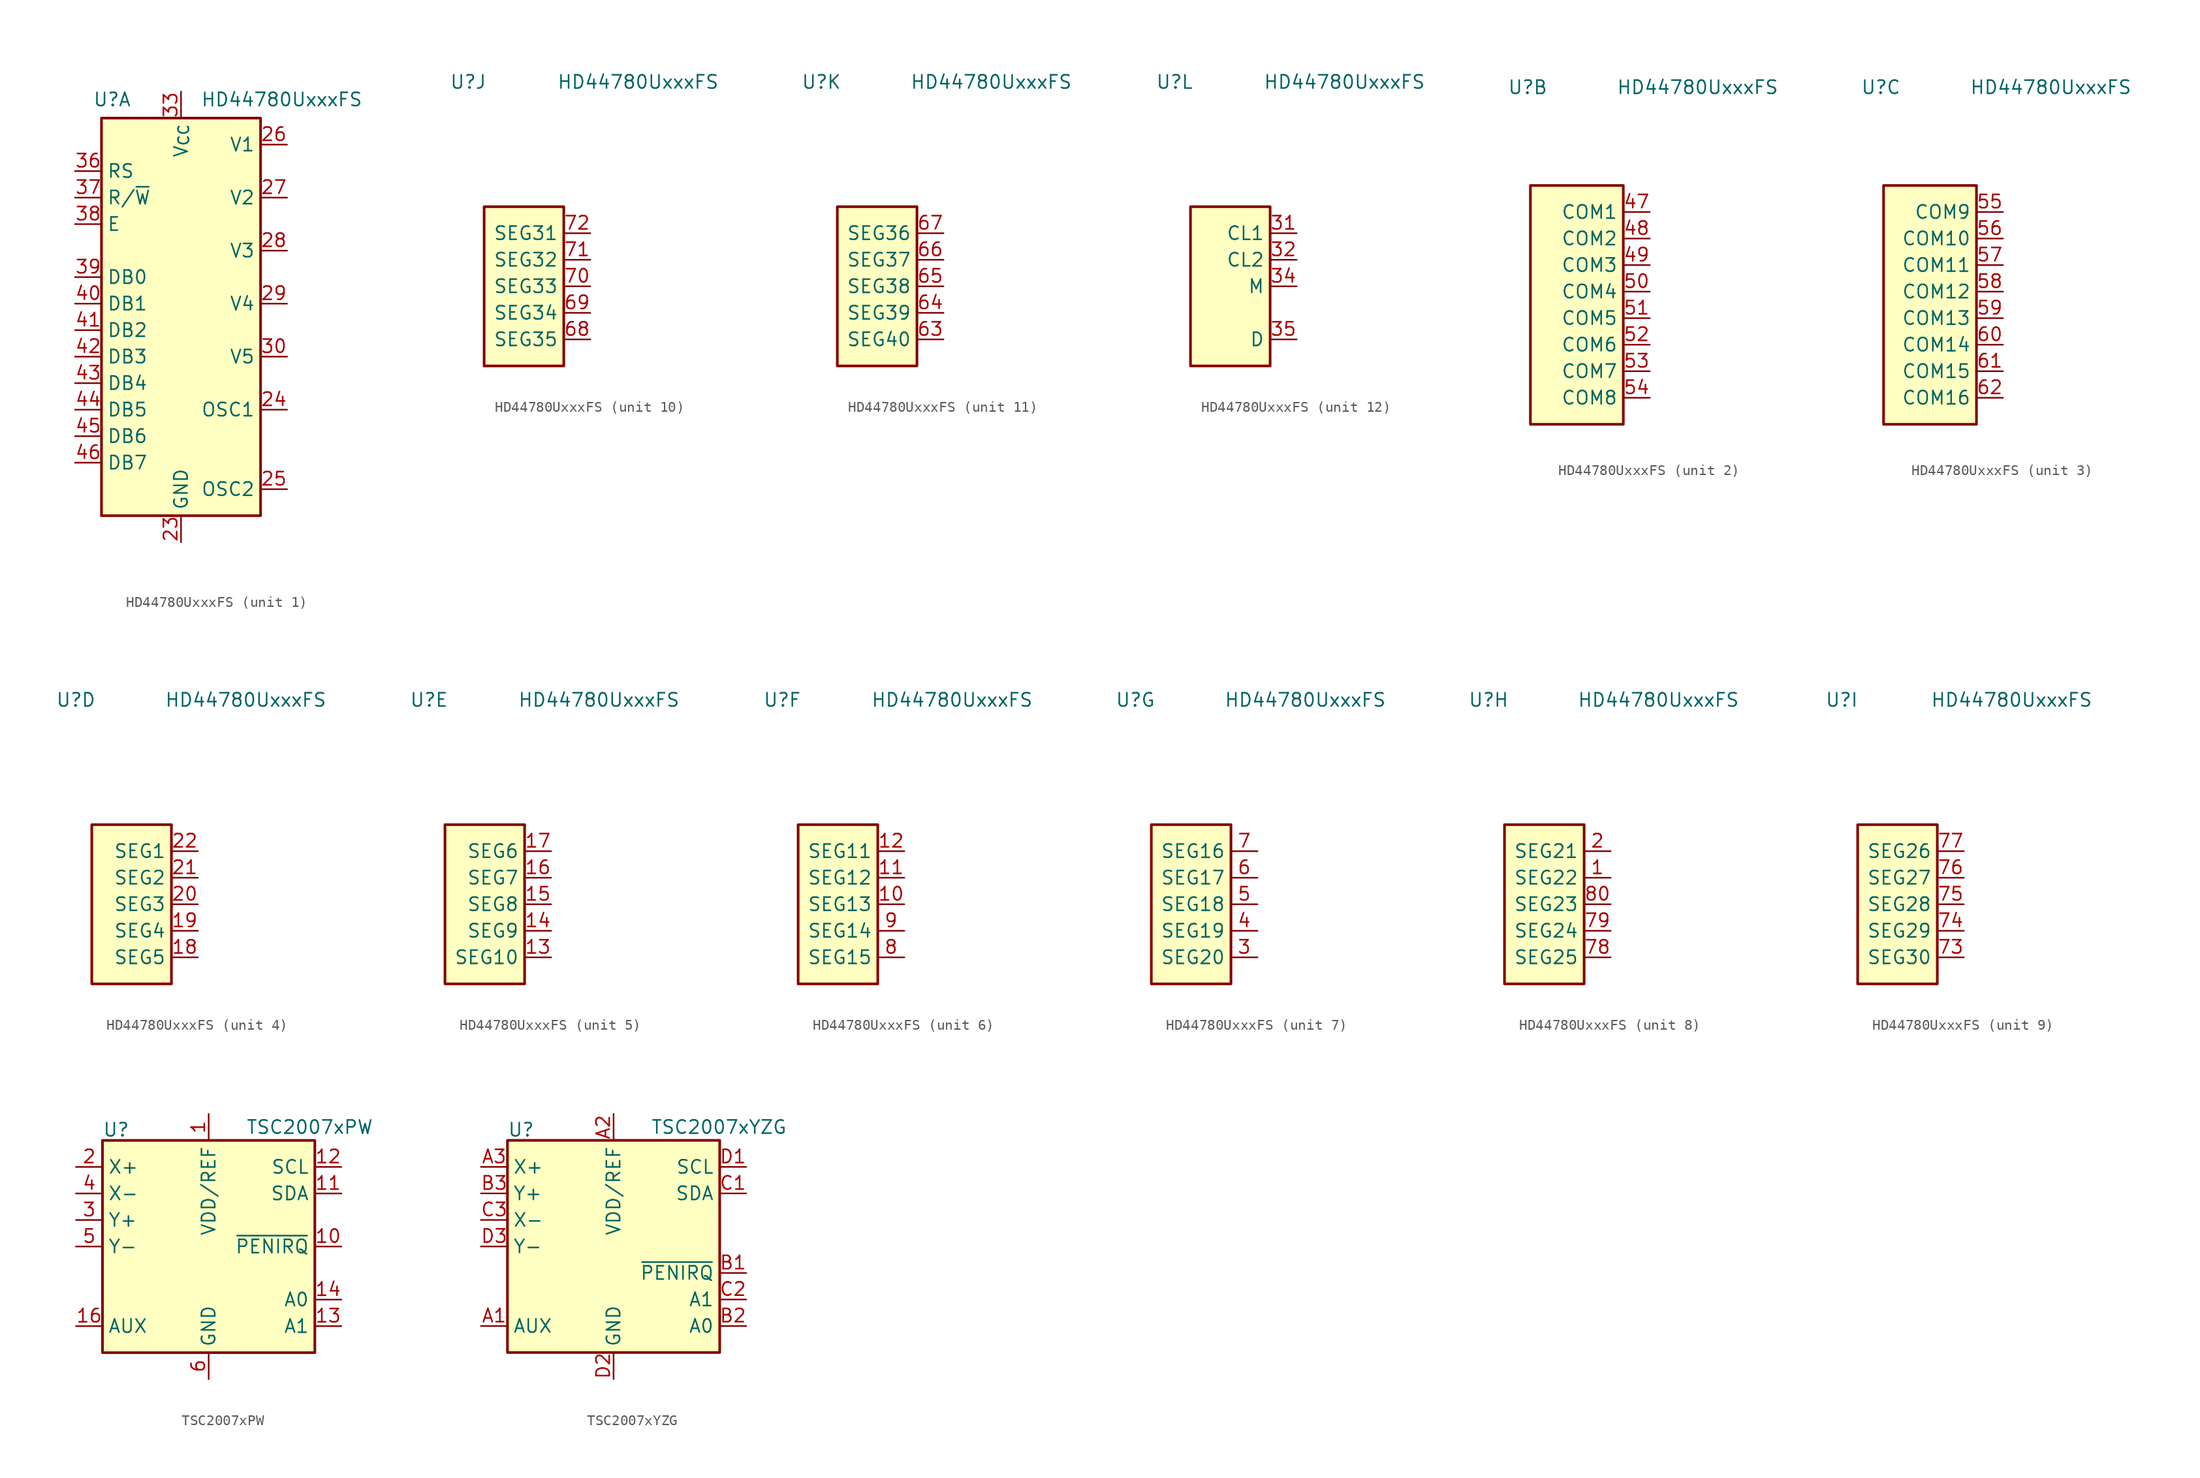
<source format=kicad_sym>
(kicad_symbol_lib
  (version 20241209)
  (generator "kicad_symbol_editor")
  (generator_version "9.0")
  (symbol "HD44780UxxxFS"
    (property "Reference" "U"
      (at -6.604 19.558 0)
      (effects (font (size 1.27 1.27))))
    (property "Value" "HD44780UxxxFS"
      (at 9.652 19.558 0)
      (effects (font (size 1.27 1.27))))
    (symbol "HD44780UxxxFS_1_0"
      (rectangle (start -7.62 17.78) (end 7.62 -20.32) (stroke (width 0.254) (type solid)) (fill (type background)))
      (pin input line (at -10.16 12.7 0) (length 2.54) (name "RS" (effects (font (size 1.27 1.27)))) (number "36" (effects (font (size 1.27 1.27)))))
      (pin input line (at -10.16 10.16 0) (length 2.54) (name "R/~{W}" (effects (font (size 1.27 1.27)))) (number "37" (effects (font (size 1.27 1.27)))))
      (pin input line (at -10.16 7.62 0) (length 2.54) (name "E" (effects (font (size 1.27 1.27)))) (number "38" (effects (font (size 1.27 1.27)))))
      (pin bidirectional line (at -10.16 2.54 0) (length 2.54) (name "DB0" (effects (font (size 1.27 1.27)))) (number "39" (effects (font (size 1.27 1.27)))))
      (pin bidirectional line (at -10.16 0 0) (length 2.54) (name "DB1" (effects (font (size 1.27 1.27)))) (number "40" (effects (font (size 1.27 1.27)))))
      (pin bidirectional line (at -10.16 -2.54 0) (length 2.54) (name "DB2" (effects (font (size 1.27 1.27)))) (number "41" (effects (font (size 1.27 1.27)))))
      (pin bidirectional line (at -10.16 -5.08 0) (length 2.54) (name "DB3" (effects (font (size 1.27 1.27)))) (number "42" (effects (font (size 1.27 1.27)))))
      (pin bidirectional line (at -10.16 -7.62 0) (length 2.54) (name "DB4" (effects (font (size 1.27 1.27)))) (number "43" (effects (font (size 1.27 1.27)))))
      (pin bidirectional line (at -10.16 -10.16 0) (length 2.54) (name "DB5" (effects (font (size 1.27 1.27)))) (number "44" (effects (font (size 1.27 1.27)))))
      (pin bidirectional line (at -10.16 -12.7 0) (length 2.54) (name "DB6" (effects (font (size 1.27 1.27)))) (number "45" (effects (font (size 1.27 1.27)))))
      (pin bidirectional line (at -10.16 -15.24 0) (length 2.54) (name "DB7" (effects (font (size 1.27 1.27)))) (number "46" (effects (font (size 1.27 1.27)))))
      (pin power_in line (at 0 20.32 270) (length 2.54) (name "V_{CC}" (effects (font (size 1.27 1.27)))) (number "33" (effects (font (size 1.27 1.27)))))
      (pin power_in line (at 0 -22.86 90) (length 2.54) (name "GND" (effects (font (size 1.27 1.27)))) (number "23" (effects (font (size 1.27 1.27)))))
      (pin input line (at 10.16 15.24 180) (length 2.54) (name "V1" (effects (font (size 1.27 1.27)))) (number "26" (effects (font (size 1.27 1.27)))))
      (pin input line (at 10.16 10.16 180) (length 2.54) (name "V2" (effects (font (size 1.27 1.27)))) (number "27" (effects (font (size 1.27 1.27)))))
      (pin input line (at 10.16 5.08 180) (length 2.54) (name "V3" (effects (font (size 1.27 1.27)))) (number "28" (effects (font (size 1.27 1.27)))))
      (pin input line (at 10.16 0 180) (length 2.54) (name "V4" (effects (font (size 1.27 1.27)))) (number "29" (effects (font (size 1.27 1.27)))))
      (pin input line (at 10.16 -5.08 180) (length 2.54) (name "V5" (effects (font (size 1.27 1.27)))) (number "30" (effects (font (size 1.27 1.27)))))
      (pin input line (at 10.16 -10.16 180) (length 2.54) (name "OSC1" (effects (font (size 1.27 1.27)))) (number "24" (effects (font (size 1.27 1.27)))))
      (pin output line (at 10.16 -17.78 180) (length 2.54) (name "OSC2" (effects (font (size 1.27 1.27)))) (number "25" (effects (font (size 1.27 1.27))))))
    (symbol "HD44780UxxxFS_2_0"
      (rectangle (start -6.35 10.16) (end 2.54 -12.7) (stroke (width 0.254) (type solid)) (fill (type background)))
      (pin output line (at 5.08 7.62 180) (length 2.54) (name "COM1" (effects (font (size 1.27 1.27)))) (number "47" (effects (font (size 1.27 1.27)))))
      (pin output line (at 5.08 5.08 180) (length 2.54) (name "COM2" (effects (font (size 1.27 1.27)))) (number "48" (effects (font (size 1.27 1.27)))))
      (pin output line (at 5.08 2.54 180) (length 2.54) (name "COM3" (effects (font (size 1.27 1.27)))) (number "49" (effects (font (size 1.27 1.27)))))
      (pin output line (at 5.08 0 180) (length 2.54) (name "COM4" (effects (font (size 1.27 1.27)))) (number "50" (effects (font (size 1.27 1.27)))))
      (pin output line (at 5.08 -2.54 180) (length 2.54) (name "COM5" (effects (font (size 1.27 1.27)))) (number "51" (effects (font (size 1.27 1.27)))))
      (pin output line (at 5.08 -5.08 180) (length 2.54) (name "COM6" (effects (font (size 1.27 1.27)))) (number "52" (effects (font (size 1.27 1.27)))))
      (pin output line (at 5.08 -7.62 180) (length 2.54) (name "COM7" (effects (font (size 1.27 1.27)))) (number "53" (effects (font (size 1.27 1.27)))))
      (pin output line (at 5.08 -10.16 180) (length 2.54) (name "COM8" (effects (font (size 1.27 1.27)))) (number "54" (effects (font (size 1.27 1.27))))))
    (symbol "HD44780UxxxFS_3_0"
      (rectangle (start -6.35 10.16) (end 2.54 -12.7) (stroke (width 0.254) (type solid)) (fill (type background)))
      (pin output line (at 5.08 7.62 180) (length 2.54) (name "COM9" (effects (font (size 1.27 1.27)))) (number "55" (effects (font (size 1.27 1.27)))))
      (pin output line (at 5.08 5.08 180) (length 2.54) (name "COM10" (effects (font (size 1.27 1.27)))) (number "56" (effects (font (size 1.27 1.27)))))
      (pin output line (at 5.08 2.54 180) (length 2.54) (name "COM11" (effects (font (size 1.27 1.27)))) (number "57" (effects (font (size 1.27 1.27)))))
      (pin output line (at 5.08 0 180) (length 2.54) (name "COM12" (effects (font (size 1.27 1.27)))) (number "58" (effects (font (size 1.27 1.27)))))
      (pin output line (at 5.08 -2.54 180) (length 2.54) (name "COM13" (effects (font (size 1.27 1.27)))) (number "59" (effects (font (size 1.27 1.27)))))
      (pin output line (at 5.08 -5.08 180) (length 2.54) (name "COM14" (effects (font (size 1.27 1.27)))) (number "60" (effects (font (size 1.27 1.27)))))
      (pin output line (at 5.08 -7.62 180) (length 2.54) (name "COM15" (effects (font (size 1.27 1.27)))) (number "61" (effects (font (size 1.27 1.27)))))
      (pin output line (at 5.08 -10.16 180) (length 2.54) (name "COM16" (effects (font (size 1.27 1.27)))) (number "62" (effects (font (size 1.27 1.27))))))
    (symbol "HD44780UxxxFS_4_0"
      (rectangle (start -5.08 7.62) (end 2.54 -7.62) (stroke (width 0.254) (type solid)) (fill (type background)))
      (pin output line (at 5.08 5.08 180) (length 2.54) (name "SEG1" (effects (font (size 1.27 1.27)))) (number "22" (effects (font (size 1.27 1.27)))))
      (pin output line (at 5.08 2.54 180) (length 2.54) (name "SEG2" (effects (font (size 1.27 1.27)))) (number "21" (effects (font (size 1.27 1.27)))))
      (pin output line (at 5.08 0 180) (length 2.54) (name "SEG3" (effects (font (size 1.27 1.27)))) (number "20" (effects (font (size 1.27 1.27)))))
      (pin output line (at 5.08 -2.54 180) (length 2.54) (name "SEG4" (effects (font (size 1.27 1.27)))) (number "19" (effects (font (size 1.27 1.27)))))
      (pin output line (at 5.08 -5.08 180) (length 2.54) (name "SEG5" (effects (font (size 1.27 1.27)))) (number "18" (effects (font (size 1.27 1.27))))))
    (symbol "HD44780UxxxFS_5_0"
      (rectangle (start -5.08 7.62) (end 2.54 -7.62) (stroke (width 0.254) (type solid)) (fill (type background)))
      (pin output line (at 5.08 5.08 180) (length 2.54) (name "SEG6" (effects (font (size 1.27 1.27)))) (number "17" (effects (font (size 1.27 1.27)))))
      (pin output line (at 5.08 2.54 180) (length 2.54) (name "SEG7" (effects (font (size 1.27 1.27)))) (number "16" (effects (font (size 1.27 1.27)))))
      (pin output line (at 5.08 0 180) (length 2.54) (name "SEG8" (effects (font (size 1.27 1.27)))) (number "15" (effects (font (size 1.27 1.27)))))
      (pin output line (at 5.08 -2.54 180) (length 2.54) (name "SEG9" (effects (font (size 1.27 1.27)))) (number "14" (effects (font (size 1.27 1.27)))))
      (pin output line (at 5.08 -5.08 180) (length 2.54) (name "SEG10" (effects (font (size 1.27 1.27)))) (number "13" (effects (font (size 1.27 1.27))))))
    (symbol "HD44780UxxxFS_6_0"
      (rectangle (start -5.08 7.62) (end 2.54 -7.62) (stroke (width 0.254) (type solid)) (fill (type background)))
      (pin output line (at 5.08 5.08 180) (length 2.54) (name "SEG11" (effects (font (size 1.27 1.27)))) (number "12" (effects (font (size 1.27 1.27)))))
      (pin output line (at 5.08 2.54 180) (length 2.54) (name "SEG12" (effects (font (size 1.27 1.27)))) (number "11" (effects (font (size 1.27 1.27)))))
      (pin output line (at 5.08 0 180) (length 2.54) (name "SEG13" (effects (font (size 1.27 1.27)))) (number "10" (effects (font (size 1.27 1.27)))))
      (pin output line (at 5.08 -2.54 180) (length 2.54) (name "SEG14" (effects (font (size 1.27 1.27)))) (number "9" (effects (font (size 1.27 1.27)))))
      (pin output line (at 5.08 -5.08 180) (length 2.54) (name "SEG15" (effects (font (size 1.27 1.27)))) (number "8" (effects (font (size 1.27 1.27))))))
    (symbol "HD44780UxxxFS_7_0"
      (rectangle (start -5.08 7.62) (end 2.54 -7.62) (stroke (width 0.254) (type solid)) (fill (type background)))
      (pin output line (at 5.08 5.08 180) (length 2.54) (name "SEG16" (effects (font (size 1.27 1.27)))) (number "7" (effects (font (size 1.27 1.27)))))
      (pin output line (at 5.08 2.54 180) (length 2.54) (name "SEG17" (effects (font (size 1.27 1.27)))) (number "6" (effects (font (size 1.27 1.27)))))
      (pin output line (at 5.08 0 180) (length 2.54) (name "SEG18" (effects (font (size 1.27 1.27)))) (number "5" (effects (font (size 1.27 1.27)))))
      (pin output line (at 5.08 -2.54 180) (length 2.54) (name "SEG19" (effects (font (size 1.27 1.27)))) (number "4" (effects (font (size 1.27 1.27)))))
      (pin output line (at 5.08 -5.08 180) (length 2.54) (name "SEG20" (effects (font (size 1.27 1.27)))) (number "3" (effects (font (size 1.27 1.27))))))
    (symbol "HD44780UxxxFS_8_0"
      (rectangle (start -5.08 7.62) (end 2.54 -7.62) (stroke (width 0.254) (type solid)) (fill (type background)))
      (pin output line (at 5.08 5.08 180) (length 2.54) (name "SEG21" (effects (font (size 1.27 1.27)))) (number "2" (effects (font (size 1.27 1.27)))))
      (pin output line (at 5.08 2.54 180) (length 2.54) (name "SEG22" (effects (font (size 1.27 1.27)))) (number "1" (effects (font (size 1.27 1.27)))))
      (pin output line (at 5.08 0 180) (length 2.54) (name "SEG23" (effects (font (size 1.27 1.27)))) (number "80" (effects (font (size 1.27 1.27)))))
      (pin output line (at 5.08 -2.54 180) (length 2.54) (name "SEG24" (effects (font (size 1.27 1.27)))) (number "79" (effects (font (size 1.27 1.27)))))
      (pin output line (at 5.08 -5.08 180) (length 2.54) (name "SEG25" (effects (font (size 1.27 1.27)))) (number "78" (effects (font (size 1.27 1.27))))))
    (symbol "HD44780UxxxFS_9_0"
      (rectangle (start -5.08 7.62) (end 2.54 -7.62) (stroke (width 0.254) (type solid)) (fill (type background)))
      (pin output line (at 5.08 5.08 180) (length 2.54) (name "SEG26" (effects (font (size 1.27 1.27)))) (number "77" (effects (font (size 1.27 1.27)))))
      (pin output line (at 5.08 2.54 180) (length 2.54) (name "SEG27" (effects (font (size 1.27 1.27)))) (number "76" (effects (font (size 1.27 1.27)))))
      (pin output line (at 5.08 0 180) (length 2.54) (name "SEG28" (effects (font (size 1.27 1.27)))) (number "75" (effects (font (size 1.27 1.27)))))
      (pin output line (at 5.08 -2.54 180) (length 2.54) (name "SEG29" (effects (font (size 1.27 1.27)))) (number "74" (effects (font (size 1.27 1.27)))))
      (pin output line (at 5.08 -5.08 180) (length 2.54) (name "SEG30" (effects (font (size 1.27 1.27)))) (number "73" (effects (font (size 1.27 1.27))))))
    (symbol "HD44780UxxxFS_10_0"
      (rectangle (start -5.08 7.62) (end 2.54 -7.62) (stroke (width 0.254) (type solid)) (fill (type background)))
      (pin output line (at 5.08 5.08 180) (length 2.54) (name "SEG31" (effects (font (size 1.27 1.27)))) (number "72" (effects (font (size 1.27 1.27)))))
      (pin output line (at 5.08 2.54 180) (length 2.54) (name "SEG32" (effects (font (size 1.27 1.27)))) (number "71" (effects (font (size 1.27 1.27)))))
      (pin output line (at 5.08 0 180) (length 2.54) (name "SEG33" (effects (font (size 1.27 1.27)))) (number "70" (effects (font (size 1.27 1.27)))))
      (pin output line (at 5.08 -2.54 180) (length 2.54) (name "SEG34" (effects (font (size 1.27 1.27)))) (number "69" (effects (font (size 1.27 1.27)))))
      (pin output line (at 5.08 -5.08 180) (length 2.54) (name "SEG35" (effects (font (size 1.27 1.27)))) (number "68" (effects (font (size 1.27 1.27))))))
    (symbol "HD44780UxxxFS_11_0"
      (rectangle (start -5.08 7.62) (end 2.54 -7.62) (stroke (width 0.254) (type solid)) (fill (type background)))
      (pin output line (at 5.08 5.08 180) (length 2.54) (name "SEG36" (effects (font (size 1.27 1.27)))) (number "67" (effects (font (size 1.27 1.27)))))
      (pin output line (at 5.08 2.54 180) (length 2.54) (name "SEG37" (effects (font (size 1.27 1.27)))) (number "66" (effects (font (size 1.27 1.27)))))
      (pin output line (at 5.08 0 180) (length 2.54) (name "SEG38" (effects (font (size 1.27 1.27)))) (number "65" (effects (font (size 1.27 1.27)))))
      (pin output line (at 5.08 -2.54 180) (length 2.54) (name "SEG39" (effects (font (size 1.27 1.27)))) (number "64" (effects (font (size 1.27 1.27)))))
      (pin output line (at 5.08 -5.08 180) (length 2.54) (name "SEG40" (effects (font (size 1.27 1.27)))) (number "63" (effects (font (size 1.27 1.27))))))
    (symbol "HD44780UxxxFS_12_0"
      (rectangle (start -5.08 7.62) (end 2.54 -7.62) (stroke (width 0.254) (type solid)) (fill (type background)))
      (pin output line (at 5.08 5.08 180) (length 2.54) (name "CL1" (effects (font (size 1.27 1.27)))) (number "31" (effects (font (size 1.27 1.27)))))
      (pin output line (at 5.08 2.54 180) (length 2.54) (name "CL2" (effects (font (size 1.27 1.27)))) (number "32" (effects (font (size 1.27 1.27)))))
      (pin output line (at 5.08 0 180) (length 2.54) (name "M" (effects (font (size 1.27 1.27)))) (number "34" (effects (font (size 1.27 1.27)))))
      (pin output line (at 5.08 -5.08 180) (length 2.54) (name "D" (effects (font (size 1.27 1.27)))) (number "35" (effects (font (size 1.27 1.27)))))))
  (symbol "TSC2007xPW"
    (property "Reference" "U"
      (at -10.16 11.176 0)
      (effects (font (size 1.27 1.27)) (justify left)))
    (property "Value" "TSC2007xPW"
      (at 3.556 11.43 0)
      (effects (font (size 1.27 1.27)) (justify left)))
    (symbol "TSC2007xPW_0_1"
      (rectangle (start -10.16 10.16) (end 10.16 -10.16) (stroke (width 0.254) (type default)) (fill (type background))))
    (symbol "TSC2007xPW_1_1"
      (pin input line (at -12.7 7.62 0) (length 2.54) (name "X+" (effects (font (size 1.27 1.27)))) (number "2" (effects (font (size 1.27 1.27)))))
      (pin input line (at -12.7 5.08 0) (length 2.54) (name "X-" (effects (font (size 1.27 1.27)))) (number "4" (effects (font (size 1.27 1.27)))))
      (pin input line (at -12.7 2.54 0) (length 2.54) (name "Y+" (effects (font (size 1.27 1.27)))) (number "3" (effects (font (size 1.27 1.27)))))
      (pin input line (at -12.7 0 0) (length 2.54) (name "Y-" (effects (font (size 1.27 1.27)))) (number "5" (effects (font (size 1.27 1.27)))))
      (pin no_connect line (at -12.7 -2.54 0) (length 2.54) (hide yes) (name "NC" (effects (font (size 1.27 1.27)))) (number "7" (effects (font (size 1.27 1.27)))))
      (pin no_connect line (at -12.7 -5.08 0) (length 2.54) (hide yes) (name "NC" (effects (font (size 1.27 1.27)))) (number "8" (effects (font (size 1.27 1.27)))))
      (pin input line (at -12.7 -7.62 0) (length 2.54) (name "AUX" (effects (font (size 1.27 1.27)))) (number "16" (effects (font (size 1.27 1.27)))))
      (pin power_in line (at 0 12.7 270) (length 2.54) (name "VDD/REF" (effects (font (size 1.27 1.27)))) (number "1" (effects (font (size 1.27 1.27)))))
      (pin power_in line (at 0 -12.7 90) (length 2.54) (name "GND" (effects (font (size 1.27 1.27)))) (number "6" (effects (font (size 1.27 1.27)))))
      (pin input line (at 12.7 7.62 180) (length 2.54) (name "SCL" (effects (font (size 1.27 1.27)))) (number "12" (effects (font (size 1.27 1.27)))))
      (pin bidirectional line (at 12.7 5.08 180) (length 2.54) (name "SDA" (effects (font (size 1.27 1.27)))) (number "11" (effects (font (size 1.27 1.27)))))
      (pin no_connect line (at 12.7 2.54 180) (length 2.54) (hide yes) (name "NC" (effects (font (size 1.27 1.27)))) (number "15" (effects (font (size 1.27 1.27)))))
      (pin open_collector line (at 12.7 0 180) (length 2.54) (name "~{PENIRQ}" (effects (font (size 1.27 1.27)))) (number "10" (effects (font (size 1.27 1.27)))))
      (pin no_connect line (at 12.7 -2.54 180) (length 2.54) (hide yes) (name "NC" (effects (font (size 1.27 1.27)))) (number "9" (effects (font (size 1.27 1.27)))))
      (pin input line (at 12.7 -5.08 180) (length 2.54) (name "A0" (effects (font (size 1.27 1.27)))) (number "14" (effects (font (size 1.27 1.27)))))
      (pin input line (at 12.7 -7.62 180) (length 2.54) (name "A1" (effects (font (size 1.27 1.27)))) (number "13" (effects (font (size 1.27 1.27)))))))
  (symbol "TSC2007xYZG"
    (property "Reference" "U"
      (at -10.16 11.176 0)
      (effects (font (size 1.27 1.27)) (justify left)))
    (property "Value" "TSC2007xYZG"
      (at 3.556 11.43 0)
      (effects (font (size 1.27 1.27)) (justify left)))
    (symbol "TSC2007xYZG_0_1"
      (rectangle (start -10.16 10.16) (end 10.16 -10.16) (stroke (width 0.254) (type default)) (fill (type background))))
    (symbol "TSC2007xYZG_1_1"
      (pin input line (at -12.7 7.62 0) (length 2.54) (name "X+" (effects (font (size 1.27 1.27)))) (number "A3" (effects (font (size 1.27 1.27)))))
      (pin input line (at -12.7 5.08 0) (length 2.54) (name "Y+" (effects (font (size 1.27 1.27)))) (number "B3" (effects (font (size 1.27 1.27)))))
      (pin input line (at -12.7 2.54 0) (length 2.54) (name "X-" (effects (font (size 1.27 1.27)))) (number "C3" (effects (font (size 1.27 1.27)))))
      (pin input line (at -12.7 0 0) (length 2.54) (name "Y-" (effects (font (size 1.27 1.27)))) (number "D3" (effects (font (size 1.27 1.27)))))
      (pin input line (at -12.7 -7.62 0) (length 2.54) (name "AUX" (effects (font (size 1.27 1.27)))) (number "A1" (effects (font (size 1.27 1.27)))))
      (pin power_in line (at 0 12.7 270) (length 2.54) (name "VDD/REF" (effects (font (size 1.27 1.27)))) (number "A2" (effects (font (size 1.27 1.27)))))
      (pin power_in line (at 0 -12.7 90) (length 2.54) (name "GND" (effects (font (size 1.27 1.27)))) (number "D2" (effects (font (size 1.27 1.27)))))
      (pin input line (at 12.7 7.62 180) (length 2.54) (name "SCL" (effects (font (size 1.27 1.27)))) (number "D1" (effects (font (size 1.27 1.27)))))
      (pin bidirectional line (at 12.7 5.08 180) (length 2.54) (name "SDA" (effects (font (size 1.27 1.27)))) (number "C1" (effects (font (size 1.27 1.27)))))
      (pin open_collector line (at 12.7 -2.54 180) (length 2.54) (name "~{PENIRQ}" (effects (font (size 1.27 1.27)))) (number "B1" (effects (font (size 1.27 1.27)))))
      (pin input line (at 12.7 -5.08 180) (length 2.54) (name "A1" (effects (font (size 1.27 1.27)))) (number "C2" (effects (font (size 1.27 1.27)))))
      (pin input line (at 12.7 -7.62 180) (length 2.54) (name "A0" (effects (font (size 1.27 1.27)))) (number "B2" (effects (font (size 1.27 1.27))))))))
</source>
